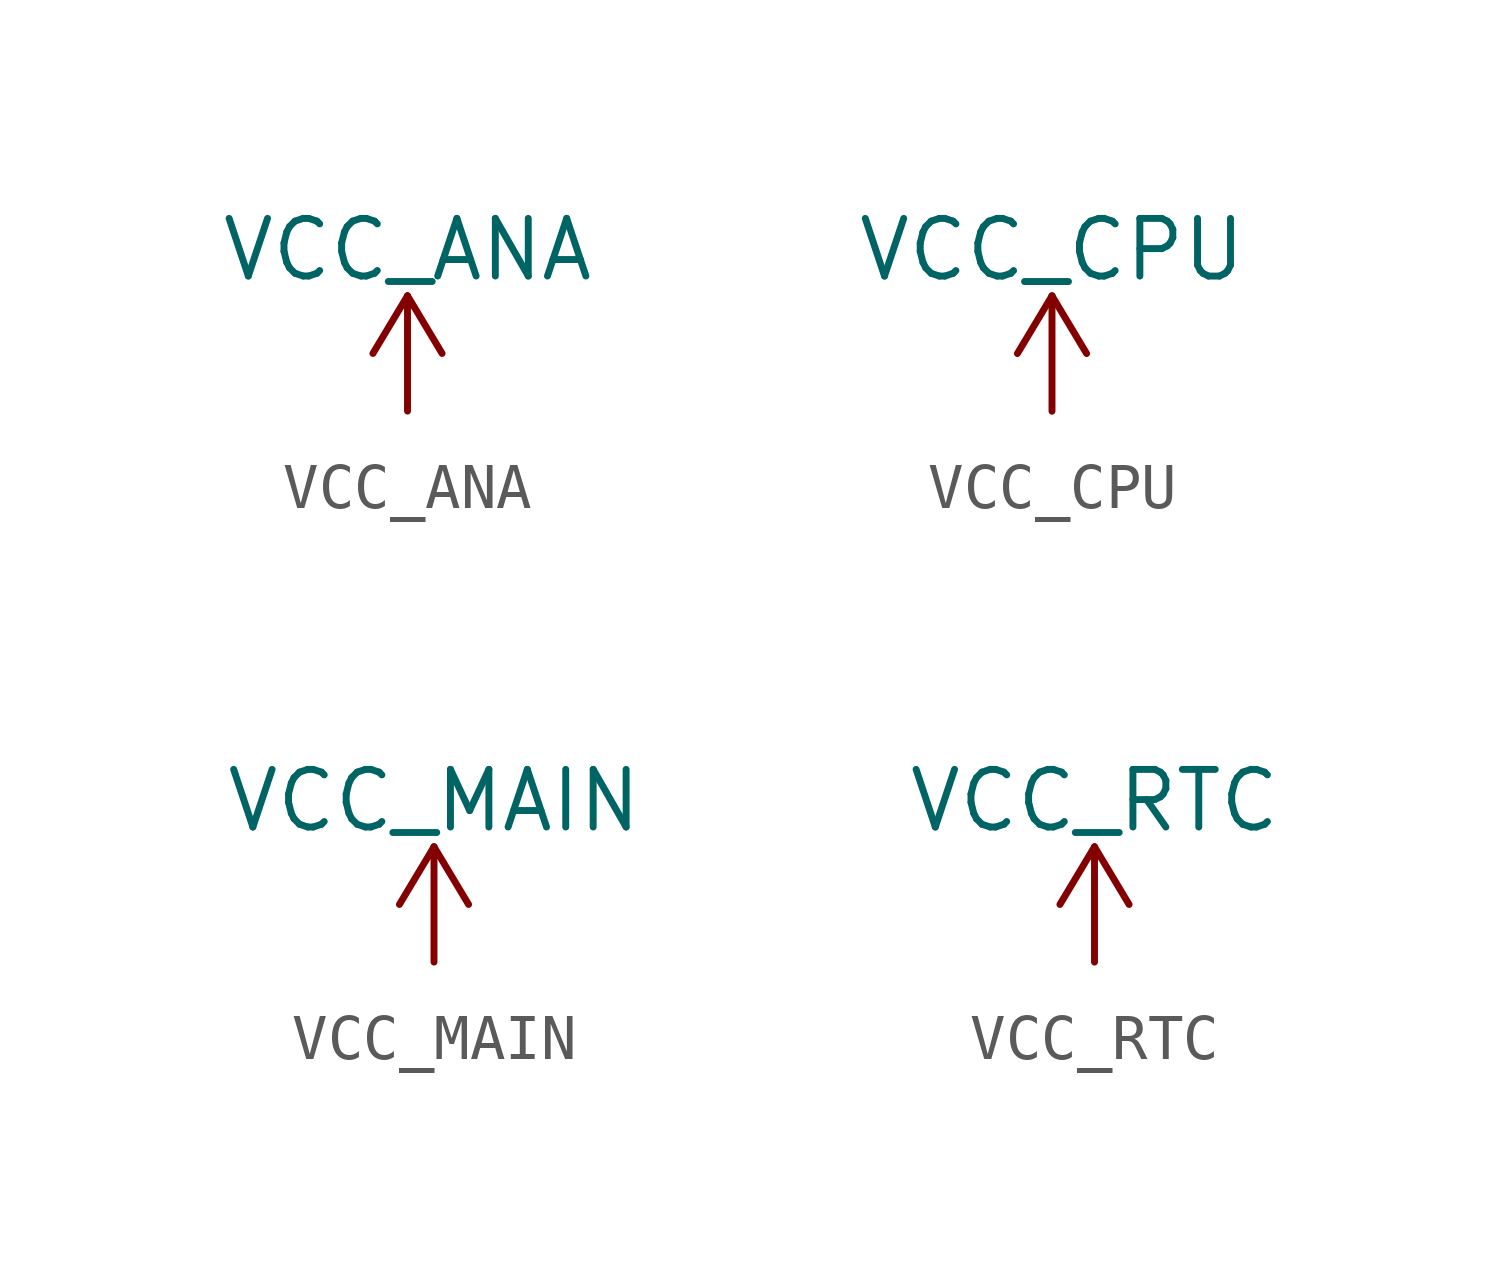
<source format=kicad_sym>
(kicad_symbol_lib
  (version 20220914)
  (generator kicad_symbol_editor)
  (symbol "VCC_ANA"
    (power)
    (pin_names
      (offset 0))
    (property "Reference" "#PWR"
      (at 0 -3.81 0)
      (effects (font (size 1.27 1.27)) hide))
    (property "Value" "VCC_ANA"
      (at 0 3.556 0)
      (effects (font (size 1.27 1.27))))
    (symbol "VCC_ANA_0_1"
      (polyline (pts (xy -0.762 1.27) (xy 0 2.54)) (stroke (width 0) (type default)) (fill (type none)))
      (polyline (pts (xy 0 0) (xy 0 2.54)) (stroke (width 0) (type default)) (fill (type none)))
      (polyline (pts (xy 0 2.54) (xy 0.762 1.27)) (stroke (width 0) (type default)) (fill (type none))))
    (symbol "VCC_ANA_1_1"
      (pin power_in line (at 0 0 90) (length 0) hide (name "VCC_ANA" (effects (font (size 1.27 1.27)))) (number "1" (effects (font (size 1.27 1.27)))))))
  (symbol "VCC_CPU"
    (power)
    (pin_names
      (offset 0))
    (property "Reference" "#PWR"
      (at 0 -3.81 0)
      (effects (font (size 1.27 1.27)) hide))
    (property "Value" "VCC_CPU"
      (at 0 3.556 0)
      (effects (font (size 1.27 1.27))))
    (symbol "VCC_CPU_0_1"
      (polyline (pts (xy -0.762 1.27) (xy 0 2.54)) (stroke (width 0) (type default)) (fill (type none)))
      (polyline (pts (xy 0 0) (xy 0 2.54)) (stroke (width 0) (type default)) (fill (type none)))
      (polyline (pts (xy 0 2.54) (xy 0.762 1.27)) (stroke (width 0) (type default)) (fill (type none))))
    (symbol "VCC_CPU_1_1"
      (pin power_in line (at 0 0 90) (length 0) hide (name "VCC_CPU" (effects (font (size 1.27 1.27)))) (number "1" (effects (font (size 1.27 1.27)))))))
  (symbol "VCC_MAIN"
    (power)
    (pin_names
      (offset 0))
    (property "Reference" "#PWR"
      (at 0 -3.81 0)
      (effects (font (size 1.27 1.27)) hide))
    (property "Value" "VCC_MAIN"
      (at 0 3.556 0)
      (effects (font (size 1.27 1.27))))
    (symbol "VCC_MAIN_0_1"
      (polyline (pts (xy -0.762 1.27) (xy 0 2.54)) (stroke (width 0) (type default)) (fill (type none)))
      (polyline (pts (xy 0 0) (xy 0 2.54)) (stroke (width 0) (type default)) (fill (type none)))
      (polyline (pts (xy 0 2.54) (xy 0.762 1.27)) (stroke (width 0) (type default)) (fill (type none))))
    (symbol "VCC_MAIN_1_1"
      (pin power_in line (at 0 0 90) (length 0) hide (name "VCC_MAIN" (effects (font (size 1.27 1.27)))) (number "1" (effects (font (size 1.27 1.27)))))))
  (symbol "VCC_RTC"
    (power)
    (pin_names
      (offset 0))
    (property "Reference" "#PWR"
      (at 0 -3.81 0)
      (effects (font (size 1.27 1.27)) hide))
    (property "Value" "VCC_RTC"
      (at 0 3.556 0)
      (effects (font (size 1.27 1.27))))
    (symbol "VCC_RTC_0_1"
      (polyline (pts (xy -0.762 1.27) (xy 0 2.54)) (stroke (width 0) (type default)) (fill (type none)))
      (polyline (pts (xy 0 0) (xy 0 2.54)) (stroke (width 0) (type default)) (fill (type none)))
      (polyline (pts (xy 0 2.54) (xy 0.762 1.27)) (stroke (width 0) (type default)) (fill (type none))))
    (symbol "VCC_RTC_1_1"
      (pin power_in line (at 0 0 90) (length 0) hide (name "VCC_RTC" (effects (font (size 1.27 1.27)))) (number "1" (effects (font (size 1.27 1.27))))))))
</source>
